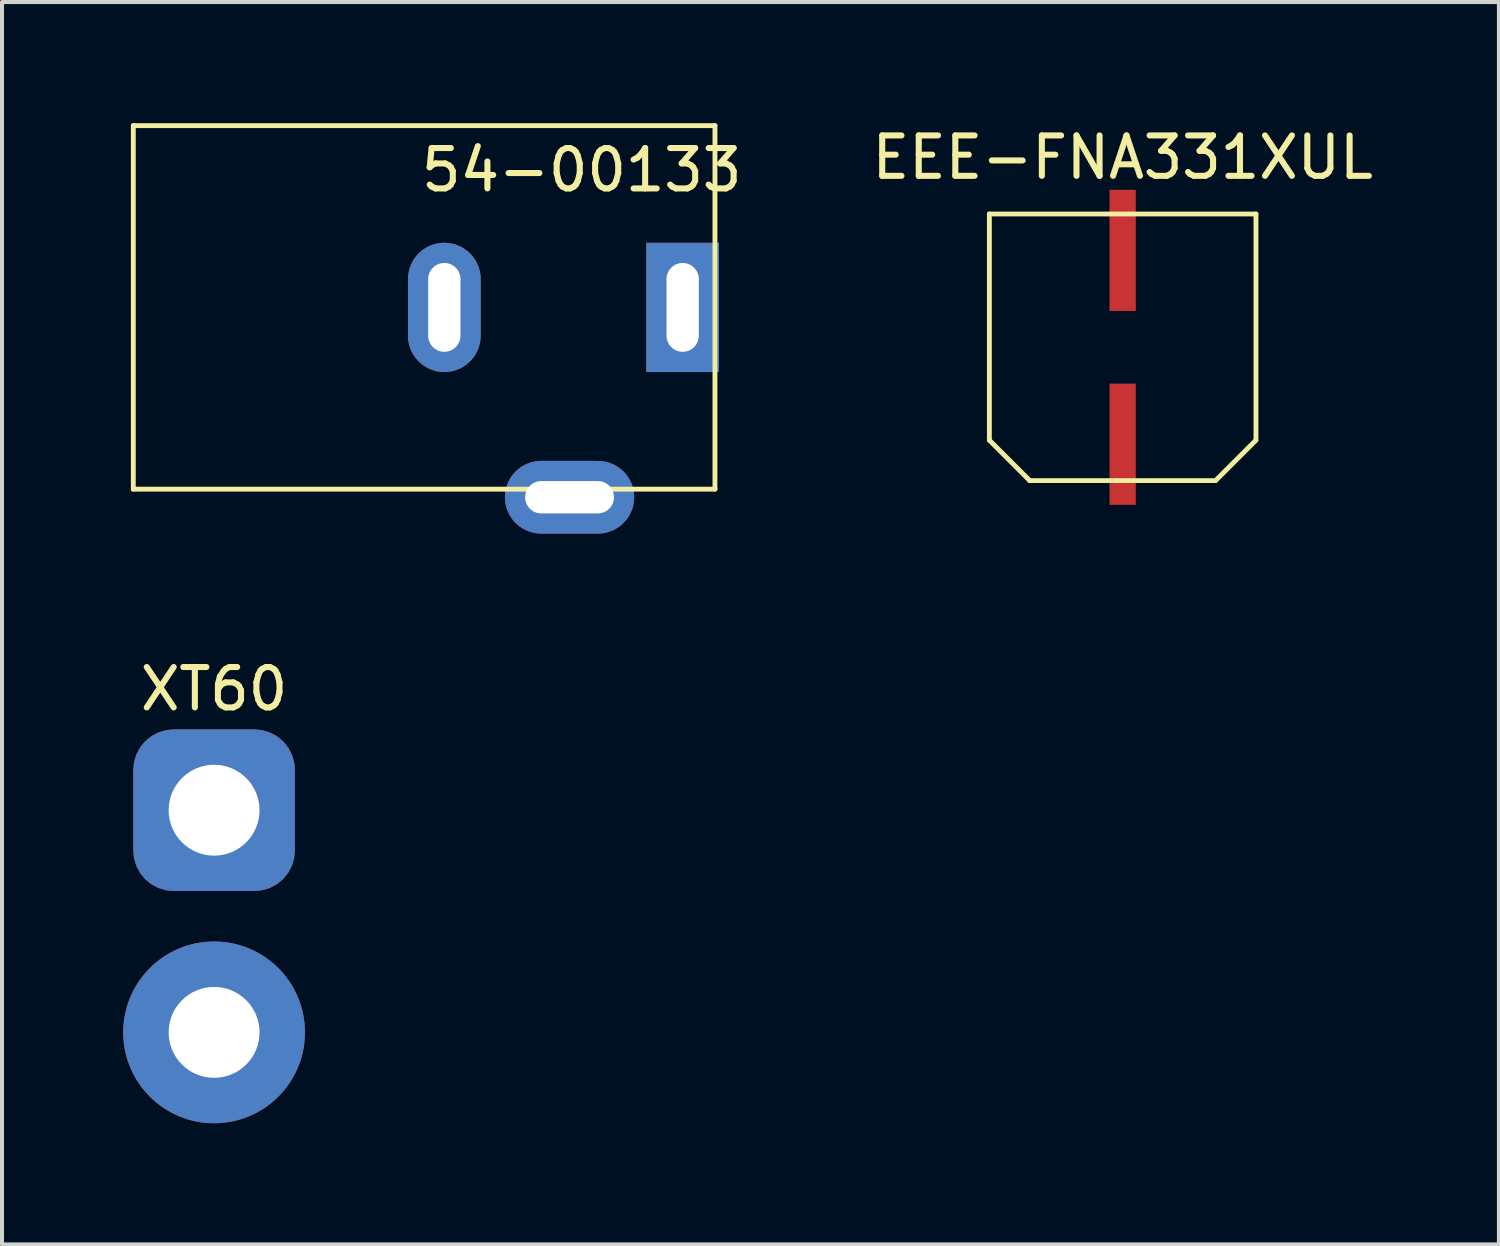
<source format=kicad_pcb>
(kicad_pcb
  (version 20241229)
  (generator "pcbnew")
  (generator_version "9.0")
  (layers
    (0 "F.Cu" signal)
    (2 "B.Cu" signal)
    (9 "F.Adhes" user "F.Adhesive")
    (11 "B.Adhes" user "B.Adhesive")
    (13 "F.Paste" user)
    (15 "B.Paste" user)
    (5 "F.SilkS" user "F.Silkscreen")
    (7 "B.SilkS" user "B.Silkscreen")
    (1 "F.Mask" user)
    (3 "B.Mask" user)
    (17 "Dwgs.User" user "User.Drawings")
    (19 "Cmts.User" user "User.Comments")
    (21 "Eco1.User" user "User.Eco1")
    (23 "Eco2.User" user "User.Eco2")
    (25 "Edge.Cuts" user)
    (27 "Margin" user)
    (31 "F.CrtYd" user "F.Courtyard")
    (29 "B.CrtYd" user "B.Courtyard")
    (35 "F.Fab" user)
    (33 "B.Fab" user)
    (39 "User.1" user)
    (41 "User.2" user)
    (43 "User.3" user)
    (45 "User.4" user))
  (footprint "EEE-FNA331XUL"
    (layer "F.Cu")
    (at 24.743 5.548)
    (property "Reference" "EEE-FNA331XUL" (at 0 -4.7 0) (layer "F.SilkS") (effects (font (size 1 1) (thickness 0.15))))
    (attr through_hole)
    (fp_line (start -3.3 -3.3) (end 3.3 -3.3) (stroke (width 0.12) (type solid)) (layer "F.SilkS"))
    (fp_line (start -3.3 2.3) (end -3.3 -3.3) (stroke (width 0.12) (type solid)) (layer "F.SilkS"))
    (fp_line (start -2.3 3.3) (end -3.3 2.3) (stroke (width 0.12) (type solid)) (layer "F.SilkS"))
    (fp_line (start 2.3 3.3) (end -2.3 3.3) (stroke (width 0.12) (type solid)) (layer "F.SilkS"))
    (fp_line (start 3.3 -3.3) (end 3.3 2.3) (stroke (width 0.12) (type solid)) (layer "F.SilkS"))
    (fp_line (start 3.3 2.3) (end 2.3 3.3) (stroke (width 0.12) (type solid)) (layer "F.SilkS"))
    (pad "1" smd rect (at 0 2.4) (size 0.65 3) (layers "F.Cu" "F.Mask" "F.Paste"))
    (pad "2" smd rect (at 0 -2.4) (size 0.65 3) (layers "F.Cu" "F.Mask" "F.Paste")))
  (footprint "54-00133"
    (layer "F.Cu")
    (at 0.25 4.56)
    (property "Reference" "54-00133" (at 11.1 -3.4 0) (layer "F.SilkS") (effects (font (size 1 1) (thickness 0.15))))
    (attr through_hole)
    (fp_line (start 0 -4.5) (end 14.4 -4.5) (stroke (width 0.12) (type solid)) (layer "F.SilkS"))
    (fp_line (start 0 4.5) (end 0 -4.5) (stroke (width 0.12) (type solid)) (layer "F.SilkS"))
    (fp_line (start 14.4 -4.5) (end 14.4 4.5) (stroke (width 0.12) (type solid)) (layer "F.SilkS"))
    (fp_line (start 14.4 4.5) (end 0 4.5) (stroke (width 0.12) (type solid)) (layer "F.SilkS"))
    (pad "1" thru_hole rect (at 13.6 0) (size 1.8 3.2) (drill oval 0.8 2.2) (layers "*.Cu" "*.Mask"))
    (pad "2" thru_hole oval (at 7.7 0) (size 1.8 3.2) (drill oval 0.8 2.2) (layers "*.Cu" "*.Mask"))
    (pad "3" thru_hole oval (at 10.8 4.7) (size 3.2 1.8) (drill oval 2.2 0.8) (layers "*.Cu" "*.Mask")))
  (footprint "XT60"
    (layer "F.Cu")
    (at 2.25 19.758)
    (property "Reference" "XT60" (at 0 -5.75 0) (layer "F.SilkS") (effects (font (size 1 1) (thickness 0.15))))
    (attr through_hole)
    (pad "1" thru_hole roundrect (at 0 -2.75) (size 4 4) (drill 2.25) (layers "*.Cu" "*.Mask") (roundrect_rratio 0.25))
    (pad "2" thru_hole circle (at 0 2.75) (size 4.5 4.5) (drill 2.25) (layers "*.Cu" "*.Mask")))
  (gr_rect
    (start -3 -3)
    (end 34.058 27.758)
    (stroke (width 0.1) (type default))
    (fill no)
    (layer "Edge.Cuts")))
</source>
